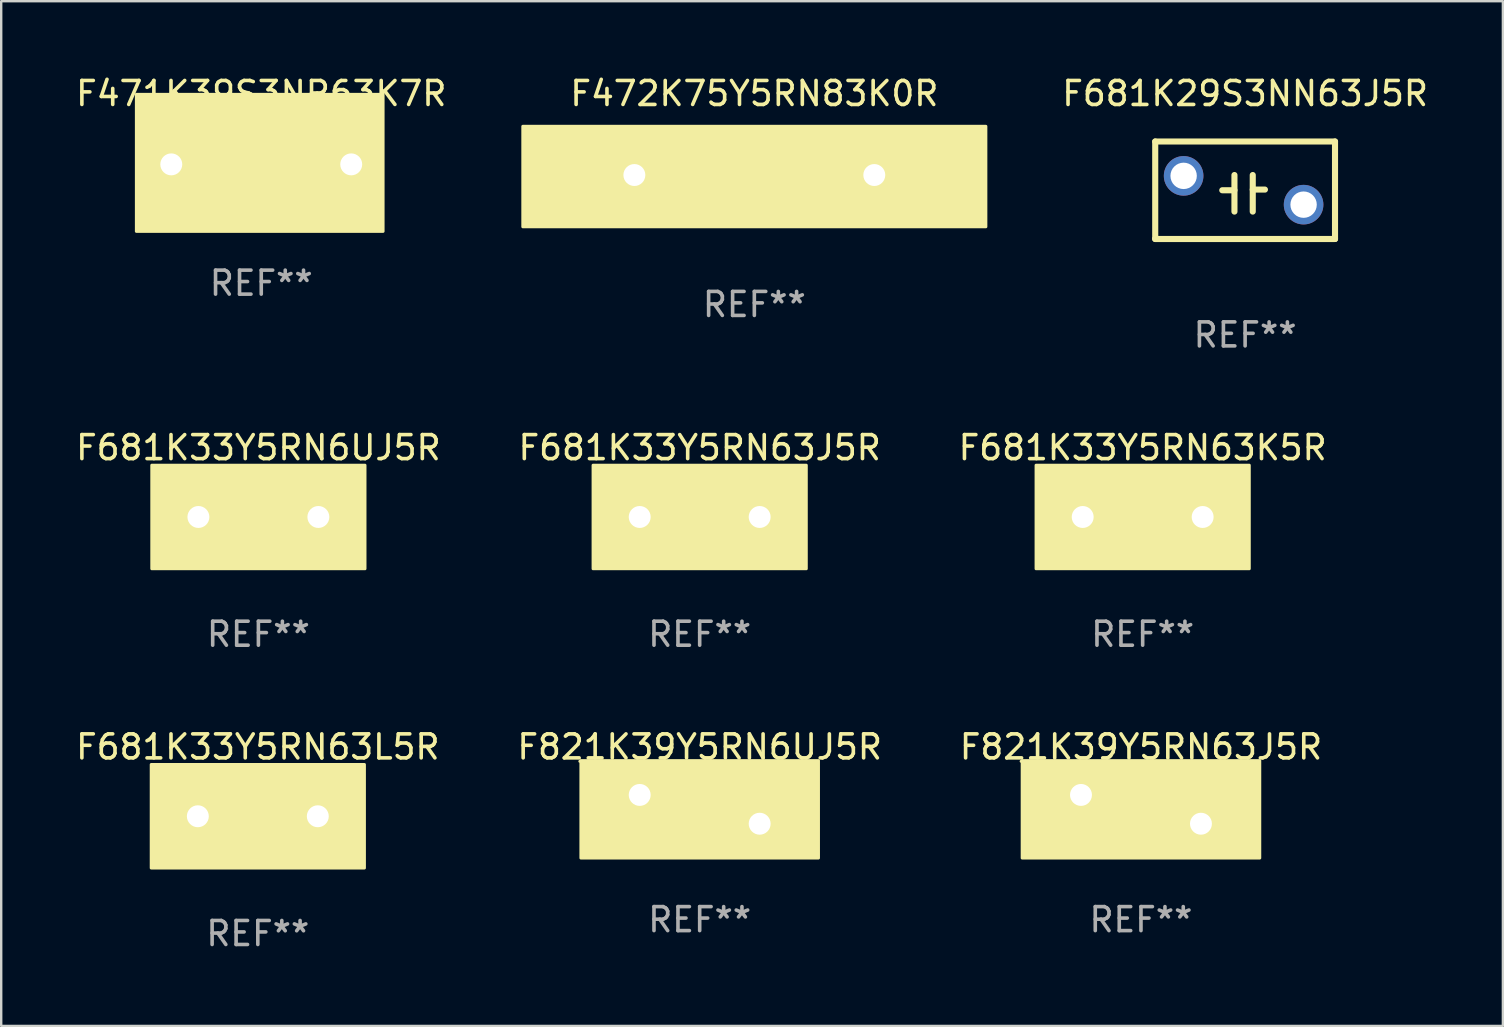
<source format=kicad_pcb>
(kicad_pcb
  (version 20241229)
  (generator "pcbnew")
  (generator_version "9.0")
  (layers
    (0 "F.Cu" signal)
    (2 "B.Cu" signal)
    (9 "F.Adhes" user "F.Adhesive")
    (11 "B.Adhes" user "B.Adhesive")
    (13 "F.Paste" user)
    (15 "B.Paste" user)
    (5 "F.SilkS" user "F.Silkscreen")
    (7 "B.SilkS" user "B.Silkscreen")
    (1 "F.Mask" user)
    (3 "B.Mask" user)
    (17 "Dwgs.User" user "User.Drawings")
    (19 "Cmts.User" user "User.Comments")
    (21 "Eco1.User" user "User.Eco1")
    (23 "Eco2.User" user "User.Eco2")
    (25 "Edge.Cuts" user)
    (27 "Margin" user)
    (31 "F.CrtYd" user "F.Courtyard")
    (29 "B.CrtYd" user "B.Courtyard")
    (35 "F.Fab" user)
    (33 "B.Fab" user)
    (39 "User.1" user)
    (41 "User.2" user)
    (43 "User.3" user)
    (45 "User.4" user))
  (footprint "F471K39S3NR63K7R"
    (layer "F.Cu")
    (at 7.839 3.801)
    (property "Reference" "F471K39S3NR63K7R" (at 0 -2.953 0) (layer "F.SilkS") (effects (font (size 1 1) (thickness 0.15))))
    (attr through_hole)
    (fp_line (start -0.381 -0.000025) (end -1.397 -0.000025) (stroke (width 0.254) (type solid)) (layer "F.SilkS"))
    (fp_line (start -0.381 0.953) (end -0.381 -0.953) (stroke (width 0.254) (type solid)) (layer "F.SilkS"))
    (fp_line (start 0.381 -0.953) (end 0.381 0.953) (stroke (width 0.254) (type solid)) (layer "F.SilkS"))
    (fp_line (start 0.381 0.000025) (end 1.397 0.000025) (stroke (width 0.254) (type solid)) (layer "F.SilkS"))
    (fp_circle (center -5 2.75) (end -4.97 2.75) (stroke (width 0.06) (type solid)) (fill no) (layer "F.SilkS"))
    (fp_poly (pts (xy -5.207 -2.921) (xy 5.08 -2.921) (xy 5.08 2.794) (xy -5.207 2.794)) (stroke (width 0.12) (type solid)) (fill yes) (layer "F.SilkS"))
    (fp_text user "REF**" (at 0 4.953 0) (layer "F.Fab") (effects (font (size 1 1) (thickness 0.15))))
    (pad "1" thru_hole circle (at -3.75 0) (size 1.524 1.524) (drill 0.914) (layers "*.Cu" "*.Mask"))
    (pad "2" thru_hole circle (at 3.75 0) (size 1.524 1.524) (drill 0.914) (layers "*.Cu" "*.Mask")))
  (footprint "F681K33Y5RN63J5R"
    (layer "F.Cu")
    (at 26.113 18.498)
    (property "Reference" "F681K33Y5RN63J5R" (at 0 -2.889 0) (layer "F.SilkS") (effects (font (size 1 1) (thickness 0.15))))
    (attr through_hole)
    (fp_line (start -0.508 0) (end -1.27 0) (stroke (width 0.254) (type solid)) (layer "F.SilkS"))
    (fp_line (start -0.508 0.889) (end -0.508 -0.889) (stroke (width 0.254) (type solid)) (layer "F.SilkS"))
    (fp_line (start 0.508 -0.889) (end 0.508 0.889) (stroke (width 0.254) (type solid)) (layer "F.SilkS"))
    (fp_line (start 0.508 0) (end 1.27 0) (stroke (width 0.254) (type solid)) (layer "F.SilkS"))
    (fp_circle (center -4.25 2) (end -4.22 2) (stroke (width 0.06) (type solid)) (fill no) (layer "F.SilkS"))
    (fp_poly (pts (xy -4.445 -2.159) (xy 4.445 -2.159) (xy 4.445 2.159) (xy -4.445 2.159)) (stroke (width 0.12) (type solid)) (fill yes) (layer "F.SilkS"))
    (fp_text user "REF**" (at 0 4.889 0) (layer "F.Fab") (effects (font (size 1 1) (thickness 0.15))))
    (pad "1" thru_hole circle (at -2.5 0) (size 1.524 1.524) (drill 0.914) (layers "*.Cu" "*.Mask"))
    (pad "2" thru_hole circle (at 2.5 0) (size 1.524 1.524) (drill 0.914) (layers "*.Cu" "*.Mask")))
  (footprint "F821K39Y5RN63J5R"
    (layer "F.Cu")
    (at 44.506 30.683)
    (property "Reference" "F821K39Y5RN63J5R" (at 0 -2.6 0) (layer "F.SilkS") (effects (font (size 1 1) (thickness 0.15))))
    (attr through_hole)
    (fp_circle (center -5 -2) (end -4.97 -2) (stroke (width 0.06) (type solid)) (fill no) (layer "F.SilkS"))
    (fp_poly (pts (xy -4.953 -2.032) (xy 4.953 -2.032) (xy 4.953 2.032) (xy -4.953 2.032)) (stroke (width 0.12) (type solid)) (fill yes) (layer "F.SilkS"))
    (fp_text user "REF**" (at 0 4.6 0) (layer "F.Fab") (effects (font (size 1 1) (thickness 0.15))))
    (pad "1" thru_hole circle (at -2.5 -0.6) (size 1.524 1.524) (drill 0.914) (layers "*.Cu" "*.Mask"))
    (pad "2" thru_hole circle (at 2.5 0.6) (size 1.524 1.524) (drill 0.914) (layers "*.Cu" "*.Mask")))
  (footprint "F681K33Y5RN63L5R"
    (layer "F.Cu")
    (at 7.696 30.972)
    (property "Reference" "F681K33Y5RN63L5R" (at 0 -2.889 0) (layer "F.SilkS") (effects (font (size 1 1) (thickness 0.15))))
    (attr through_hole)
    (fp_line (start -0.508 0) (end -1.27 0) (stroke (width 0.254) (type solid)) (layer "F.SilkS"))
    (fp_line (start -0.508 0.889) (end -0.508 -0.889) (stroke (width 0.254) (type solid)) (layer "F.SilkS"))
    (fp_line (start 0.508 -0.889) (end 0.508 0.889) (stroke (width 0.254) (type solid)) (layer "F.SilkS"))
    (fp_line (start 0.508 0) (end 1.27 0) (stroke (width 0.254) (type solid)) (layer "F.SilkS"))
    (fp_circle (center -4.25 2) (end -4.22 2) (stroke (width 0.06) (type solid)) (fill no) (layer "F.SilkS"))
    (fp_poly (pts (xy -4.445 -2.159) (xy 4.445 -2.159) (xy 4.445 2.159) (xy -4.445 2.159)) (stroke (width 0.12) (type solid)) (fill yes) (layer "F.SilkS"))
    (fp_text user "REF**" (at 0 4.889 0) (layer "F.Fab") (effects (font (size 1 1) (thickness 0.15))))
    (pad "1" thru_hole circle (at -2.5 0) (size 1.524 1.524) (drill 0.914) (layers "*.Cu" "*.Mask"))
    (pad "2" thru_hole circle (at 2.5 0) (size 1.524 1.524) (drill 0.914) (layers "*.Cu" "*.Mask")))
  (footprint "F681K33Y5RN63K5R"
    (layer "F.Cu")
    (at 44.577 18.498)
    (property "Reference" "F681K33Y5RN63K5R" (at 0 -2.889 0) (layer "F.SilkS") (effects (font (size 1 1) (thickness 0.15))))
    (attr through_hole)
    (fp_line (start -0.508 0) (end -1.27 0) (stroke (width 0.254) (type solid)) (layer "F.SilkS"))
    (fp_line (start -0.508 0.889) (end -0.508 -0.889) (stroke (width 0.254) (type solid)) (layer "F.SilkS"))
    (fp_line (start 0.508 -0.889) (end 0.508 0.889) (stroke (width 0.254) (type solid)) (layer "F.SilkS"))
    (fp_line (start 0.508 0) (end 1.27 0) (stroke (width 0.254) (type solid)) (layer "F.SilkS"))
    (fp_circle (center -4.25 2) (end -4.22 2) (stroke (width 0.06) (type solid)) (fill no) (layer "F.SilkS"))
    (fp_poly (pts (xy -4.445 -2.159) (xy 4.445 -2.159) (xy 4.445 2.159) (xy -4.445 2.159)) (stroke (width 0.12) (type solid)) (fill yes) (layer "F.SilkS"))
    (fp_text user "REF**" (at 0 4.889 0) (layer "F.Fab") (effects (font (size 1 1) (thickness 0.15))))
    (pad "1" thru_hole circle (at -2.5 0) (size 1.524 1.524) (drill 0.914) (layers "*.Cu" "*.Mask"))
    (pad "2" thru_hole circle (at 2.5 0) (size 1.524 1.524) (drill 0.914) (layers "*.Cu" "*.Mask")))
  (footprint "F472K75Y5RN83K0R"
    (layer "F.Cu")
    (at 28.391 4.245)
    (property "Reference" "F472K75Y5RN83K0R" (at 0 -3.397 0) (layer "F.SilkS") (effects (font (size 1 1) (thickness 0.15))))
    (attr through_hole)
    (fp_line (start -0.635 -0.000025) (end -2.413 -0.000025) (stroke (width 0.254) (type solid)) (layer "F.SilkS"))
    (fp_line (start -0.635 1.397) (end -0.635 -1.397) (stroke (width 0.254) (type solid)) (layer "F.SilkS"))
    (fp_line (start 0.635 -1.397) (end 0.635 1.397) (stroke (width 0.254) (type solid)) (layer "F.SilkS"))
    (fp_line (start 0.635 0.000025) (end 2.413 0.000025) (stroke (width 0.254) (type solid)) (layer "F.SilkS"))
    (fp_circle (center -9.5 2) (end -9.47 2) (stroke (width 0.06) (type solid)) (fill no) (layer "F.SilkS"))
    (fp_poly (pts (xy -9.652 -2.032) (xy 9.652 -2.032) (xy 9.652 2.159) (xy -9.652 2.159)) (stroke (width 0.12) (type solid)) (fill yes) (layer "F.SilkS"))
    (fp_text user "REF**" (at 0 5.397 0) (layer "F.Fab") (effects (font (size 1 1) (thickness 0.15))))
    (pad "1" thru_hole circle (at -5 0) (size 1.524 1.524) (drill 0.914) (layers "*.Cu" "*.Mask"))
    (pad "2" thru_hole circle (at 5 0) (size 1.524 1.524) (drill 0.914) (layers "*.Cu" "*.Mask")))
  (footprint "F821K39Y5RN6UJ5R"
    (layer "F.Cu")
    (at 26.113 30.683)
    (property "Reference" "F821K39Y5RN6UJ5R" (at 0 -2.6 0) (layer "F.SilkS") (effects (font (size 1 1) (thickness 0.15))))
    (attr through_hole)
    (fp_circle (center -5 -2) (end -4.97 -2) (stroke (width 0.06) (type solid)) (fill no) (layer "F.SilkS"))
    (fp_poly (pts (xy -4.953 -2.032) (xy 4.953 -2.032) (xy 4.953 2.032) (xy -4.953 2.032)) (stroke (width 0.12) (type solid)) (fill yes) (layer "F.SilkS"))
    (fp_text user "REF**" (at 0 4.6 0) (layer "F.Fab") (effects (font (size 1 1) (thickness 0.15))))
    (pad "1" thru_hole circle (at -2.5 -0.6) (size 1.524 1.524) (drill 0.914) (layers "*.Cu" "*.Mask"))
    (pad "2" thru_hole circle (at 2.5 0.6) (size 1.524 1.524) (drill 0.914) (layers "*.Cu" "*.Mask")))
  (footprint "F681K29S3NN63J5R"
    (layer "F.Cu")
    (at 48.847 4.88)
    (property "Reference" "F681K29S3NN63J5R" (at 0 -4.032 0) (layer "F.SilkS") (effects (font (size 1 1) (thickness 0.15))))
    (attr through_hole)
    (fp_line (start -3.747 -2.032) (end -3.747 2.032) (stroke (width 0.254) (type solid)) (layer "F.SilkS"))
    (fp_line (start -3.747 2.032) (end 3.747 2.032) (stroke (width 0.254) (type solid)) (layer "F.SilkS"))
    (fp_line (start -0.953 0) (end -0.445 0) (stroke (width 0.254) (type solid)) (layer "F.SilkS"))
    (fp_line (start -0.445 -0.635) (end -0.445 0.889) (stroke (width 0.254) (type solid)) (layer "F.SilkS"))
    (fp_line (start 0.318 -0.635) (end 0.318 0.889) (stroke (width 0.254) (type solid)) (layer "F.SilkS"))
    (fp_line (start 0.318 -0.028) (end 0.826 -0.028) (stroke (width 0.254) (type solid)) (layer "F.SilkS"))
    (fp_line (start 3.747 -2.032) (end -3.747 -2.032) (stroke (width 0.254) (type solid)) (layer "F.SilkS"))
    (fp_line (start 3.747 2.032) (end 3.747 -2.032) (stroke (width 0.254) (type solid)) (layer "F.SilkS"))
    (fp_circle (center -3.814 2) (end -3.784 2) (stroke (width 0.06) (type solid)) (fill no) (layer "F.SilkS"))
    (fp_text user "REF**" (at 0 6.032 0) (layer "F.Fab") (effects (font (size 1 1) (thickness 0.15))))
    (pad "1" thru_hole circle (at -2.563 -0.6) (size 1.65 1.65) (drill 1.1) (layers "*.Cu" "*.Mask"))
    (pad "2" thru_hole circle (at 2.437 0.6) (size 1.65 1.65) (drill 1.1) (layers "*.Cu" "*.Mask")))
  (footprint "F681K33Y5RN6UJ5R"
    (layer "F.Cu")
    (at 7.72 18.498)
    (property "Reference" "F681K33Y5RN6UJ5R" (at 0 -2.889 0) (layer "F.SilkS") (effects (font (size 1 1) (thickness 0.15))))
    (attr through_hole)
    (fp_line (start -0.508 0) (end -1.27 0) (stroke (width 0.254) (type solid)) (layer "F.SilkS"))
    (fp_line (start -0.508 0.889) (end -0.508 -0.889) (stroke (width 0.254) (type solid)) (layer "F.SilkS"))
    (fp_line (start 0.508 -0.889) (end 0.508 0.889) (stroke (width 0.254) (type solid)) (layer "F.SilkS"))
    (fp_line (start 0.508 0) (end 1.27 0) (stroke (width 0.254) (type solid)) (layer "F.SilkS"))
    (fp_circle (center -4.25 2) (end -4.22 2) (stroke (width 0.06) (type solid)) (fill no) (layer "F.SilkS"))
    (fp_poly (pts (xy -4.445 -2.159) (xy 4.445 -2.159) (xy 4.445 2.159) (xy -4.445 2.159)) (stroke (width 0.12) (type solid)) (fill yes) (layer "F.SilkS"))
    (fp_text user "REF**" (at 0 4.889 0) (layer "F.Fab") (effects (font (size 1 1) (thickness 0.15))))
    (pad "1" thru_hole circle (at -2.5 0) (size 1.524 1.524) (drill 0.914) (layers "*.Cu" "*.Mask"))
    (pad "2" thru_hole circle (at 2.5 0) (size 1.524 1.524) (drill 0.914) (layers "*.Cu" "*.Mask")))
  (gr_rect
    (start -3 -3)
    (end 59.591 39.71)
    (stroke (width 0.1) (type default))
    (fill no)
    (layer "Edge.Cuts")))
</source>
